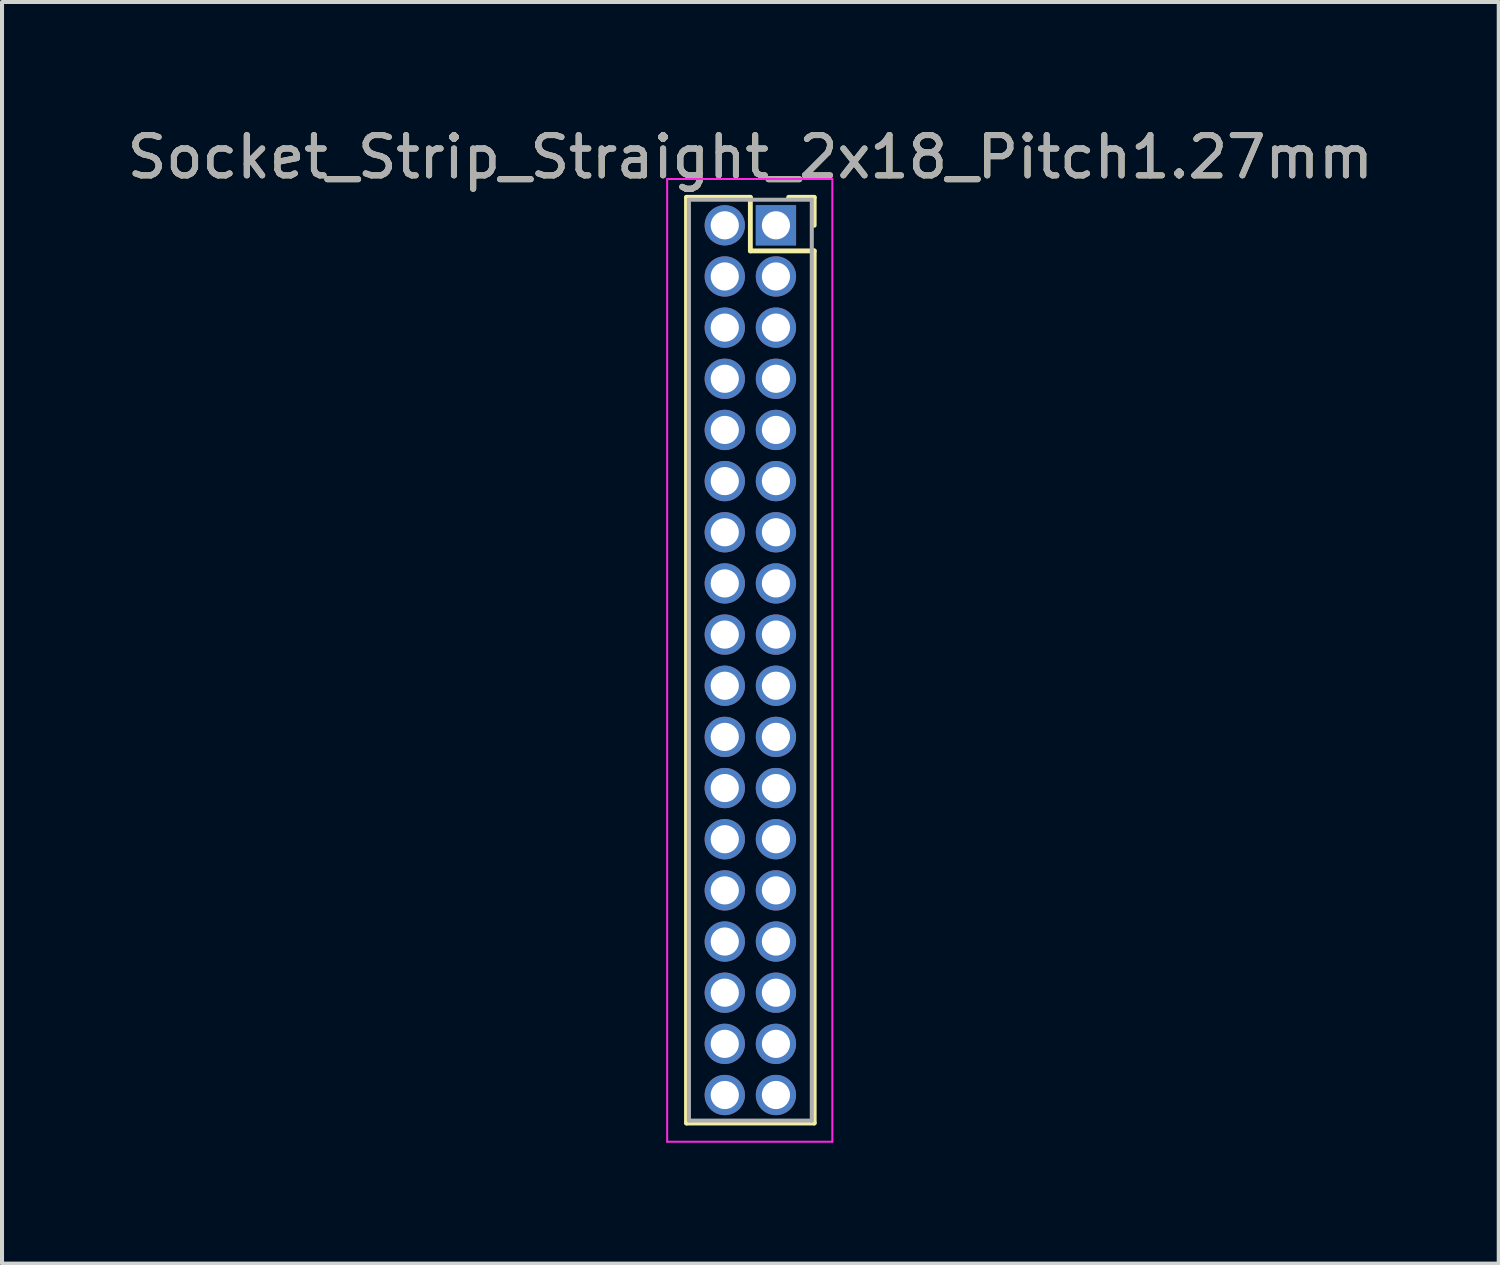
<source format=kicad_pcb>
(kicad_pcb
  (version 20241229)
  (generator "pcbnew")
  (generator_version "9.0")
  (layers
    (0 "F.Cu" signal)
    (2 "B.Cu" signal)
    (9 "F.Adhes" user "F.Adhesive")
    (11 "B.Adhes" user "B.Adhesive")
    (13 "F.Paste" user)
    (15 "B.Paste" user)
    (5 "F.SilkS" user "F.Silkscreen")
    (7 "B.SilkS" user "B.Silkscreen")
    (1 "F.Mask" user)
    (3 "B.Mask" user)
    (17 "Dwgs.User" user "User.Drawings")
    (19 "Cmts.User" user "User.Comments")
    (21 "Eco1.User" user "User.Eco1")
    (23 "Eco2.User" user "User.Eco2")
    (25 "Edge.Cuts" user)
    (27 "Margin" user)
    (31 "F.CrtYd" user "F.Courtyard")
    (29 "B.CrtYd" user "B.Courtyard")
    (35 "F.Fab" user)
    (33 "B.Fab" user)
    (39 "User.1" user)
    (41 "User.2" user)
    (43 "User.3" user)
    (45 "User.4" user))
  (footprint "Socket_Strip_Straight_2x18_Pitch1.27mm"
    (layer "F.Cu")
    (at 16.212 2.543)
    (property "Reference" "Socket_Strip_Straight_2x18_Pitch1.27mm" (at -0.635 -1.695 0) (layer "F.SilkS") (effects (font (size 1 1) (thickness 0.15))))
    (attr through_hole)
    (fp_line (start -2.22 -0.695) (end -0.635 -0.695) (stroke (width 0.12) (type solid)) (layer "F.SilkS"))
    (fp_line (start -2.22 22.285) (end -2.22 -0.695) (stroke (width 0.12) (type solid)) (layer "F.SilkS"))
    (fp_line (start -0.635 -0.695) (end -0.635 0.635) (stroke (width 0.12) (type solid)) (layer "F.SilkS"))
    (fp_line (start -0.635 0.635) (end 0.95 0.635) (stroke (width 0.12) (type solid)) (layer "F.SilkS"))
    (fp_line (start 0.95 -0.695) (end 0.315 -0.695) (stroke (width 0.12) (type solid)) (layer "F.SilkS"))
    (fp_line (start 0.95 0) (end 0.95 -0.695) (stroke (width 0.12) (type solid)) (layer "F.SilkS"))
    (fp_line (start 0.95 0.635) (end 0.95 22.285) (stroke (width 0.12) (type solid)) (layer "F.SilkS"))
    (fp_line (start 0.95 22.285) (end -2.22 22.285) (stroke (width 0.12) (type solid)) (layer "F.SilkS"))
    (fp_line (start -2.7 -1.15) (end -2.7 22.75) (stroke (width 0.05) (type solid)) (layer "F.CrtYd"))
    (fp_line (start -2.7 22.75) (end 1.4 22.75) (stroke (width 0.05) (type solid)) (layer "F.CrtYd"))
    (fp_line (start 1.4 -1.15) (end -2.7 -1.15) (stroke (width 0.05) (type solid)) (layer "F.CrtYd"))
    (fp_line (start 1.4 22.75) (end 1.4 -1.15) (stroke (width 0.05) (type solid)) (layer "F.CrtYd"))
    (fp_line (start -2.16 -0.635) (end -2.16 22.225) (stroke (width 0.1) (type solid)) (layer "F.Fab"))
    (fp_line (start -2.16 22.225) (end 0.89 22.225) (stroke (width 0.1) (type solid)) (layer "F.Fab"))
    (fp_line (start 0.89 -0.635) (end -2.16 -0.635) (stroke (width 0.1) (type solid)) (layer "F.Fab"))
    (fp_line (start 0.89 22.225) (end 0.89 -0.635) (stroke (width 0.1) (type solid)) (layer "F.Fab"))
    (fp_text user "${REFERENCE}" (at -0.635 -1.695 0) (layer "F.Fab") (effects (font (size 1 1) (thickness 0.15))))
    (pad "1" thru_hole rect (at 0 0) (size 1 1) (drill 0.7) (layers "*.Cu" "*.Mask"))
    (pad "2" thru_hole oval (at -1.27 0) (size 1 1) (drill 0.7) (layers "*.Cu" "*.Mask"))
    (pad "3" thru_hole oval (at 0 1.27) (size 1 1) (drill 0.7) (layers "*.Cu" "*.Mask"))
    (pad "4" thru_hole oval (at -1.27 1.27) (size 1 1) (drill 0.7) (layers "*.Cu" "*.Mask"))
    (pad "5" thru_hole oval (at 0 2.54) (size 1 1) (drill 0.7) (layers "*.Cu" "*.Mask"))
    (pad "6" thru_hole oval (at -1.27 2.54) (size 1 1) (drill 0.7) (layers "*.Cu" "*.Mask"))
    (pad "7" thru_hole oval (at 0 3.81) (size 1 1) (drill 0.7) (layers "*.Cu" "*.Mask"))
    (pad "8" thru_hole oval (at -1.27 3.81) (size 1 1) (drill 0.7) (layers "*.Cu" "*.Mask"))
    (pad "9" thru_hole oval (at 0 5.08) (size 1 1) (drill 0.7) (layers "*.Cu" "*.Mask"))
    (pad "10" thru_hole oval (at -1.27 5.08) (size 1 1) (drill 0.7) (layers "*.Cu" "*.Mask"))
    (pad "11" thru_hole oval (at 0 6.35) (size 1 1) (drill 0.7) (layers "*.Cu" "*.Mask"))
    (pad "12" thru_hole oval (at -1.27 6.35) (size 1 1) (drill 0.7) (layers "*.Cu" "*.Mask"))
    (pad "13" thru_hole oval (at 0 7.62) (size 1 1) (drill 0.7) (layers "*.Cu" "*.Mask"))
    (pad "14" thru_hole oval (at -1.27 7.62) (size 1 1) (drill 0.7) (layers "*.Cu" "*.Mask"))
    (pad "15" thru_hole oval (at 0 8.89) (size 1 1) (drill 0.7) (layers "*.Cu" "*.Mask"))
    (pad "16" thru_hole oval (at -1.27 8.89) (size 1 1) (drill 0.7) (layers "*.Cu" "*.Mask"))
    (pad "17" thru_hole oval (at 0 10.16) (size 1 1) (drill 0.7) (layers "*.Cu" "*.Mask"))
    (pad "18" thru_hole oval (at -1.27 10.16) (size 1 1) (drill 0.7) (layers "*.Cu" "*.Mask"))
    (pad "19" thru_hole oval (at 0 11.43) (size 1 1) (drill 0.7) (layers "*.Cu" "*.Mask"))
    (pad "20" thru_hole oval (at -1.27 11.43) (size 1 1) (drill 0.7) (layers "*.Cu" "*.Mask"))
    (pad "21" thru_hole oval (at 0 12.7) (size 1 1) (drill 0.7) (layers "*.Cu" "*.Mask"))
    (pad "22" thru_hole oval (at -1.27 12.7) (size 1 1) (drill 0.7) (layers "*.Cu" "*.Mask"))
    (pad "23" thru_hole oval (at 0 13.97) (size 1 1) (drill 0.7) (layers "*.Cu" "*.Mask"))
    (pad "24" thru_hole oval (at -1.27 13.97) (size 1 1) (drill 0.7) (layers "*.Cu" "*.Mask"))
    (pad "25" thru_hole oval (at 0 15.24) (size 1 1) (drill 0.7) (layers "*.Cu" "*.Mask"))
    (pad "26" thru_hole oval (at -1.27 15.24) (size 1 1) (drill 0.7) (layers "*.Cu" "*.Mask"))
    (pad "27" thru_hole oval (at 0 16.51) (size 1 1) (drill 0.7) (layers "*.Cu" "*.Mask"))
    (pad "28" thru_hole oval (at -1.27 16.51) (size 1 1) (drill 0.7) (layers "*.Cu" "*.Mask"))
    (pad "29" thru_hole oval (at 0 17.78) (size 1 1) (drill 0.7) (layers "*.Cu" "*.Mask"))
    (pad "30" thru_hole oval (at -1.27 17.78) (size 1 1) (drill 0.7) (layers "*.Cu" "*.Mask"))
    (pad "31" thru_hole oval (at 0 19.05) (size 1 1) (drill 0.7) (layers "*.Cu" "*.Mask"))
    (pad "32" thru_hole oval (at -1.27 19.05) (size 1 1) (drill 0.7) (layers "*.Cu" "*.Mask"))
    (pad "33" thru_hole oval (at 0 20.32) (size 1 1) (drill 0.7) (layers "*.Cu" "*.Mask"))
    (pad "34" thru_hole oval (at -1.27 20.32) (size 1 1) (drill 0.7) (layers "*.Cu" "*.Mask"))
    (pad "35" thru_hole oval (at 0 21.59) (size 1 1) (drill 0.7) (layers "*.Cu" "*.Mask"))
    (pad "36" thru_hole oval (at -1.27 21.59) (size 1 1) (drill 0.7) (layers "*.Cu" "*.Mask")))
  (gr_rect
    (start -3 -3)
    (end 34.155 28.318)
    (stroke (width 0.1) (type default))
    (fill no)
    (layer "Edge.Cuts")))
</source>
